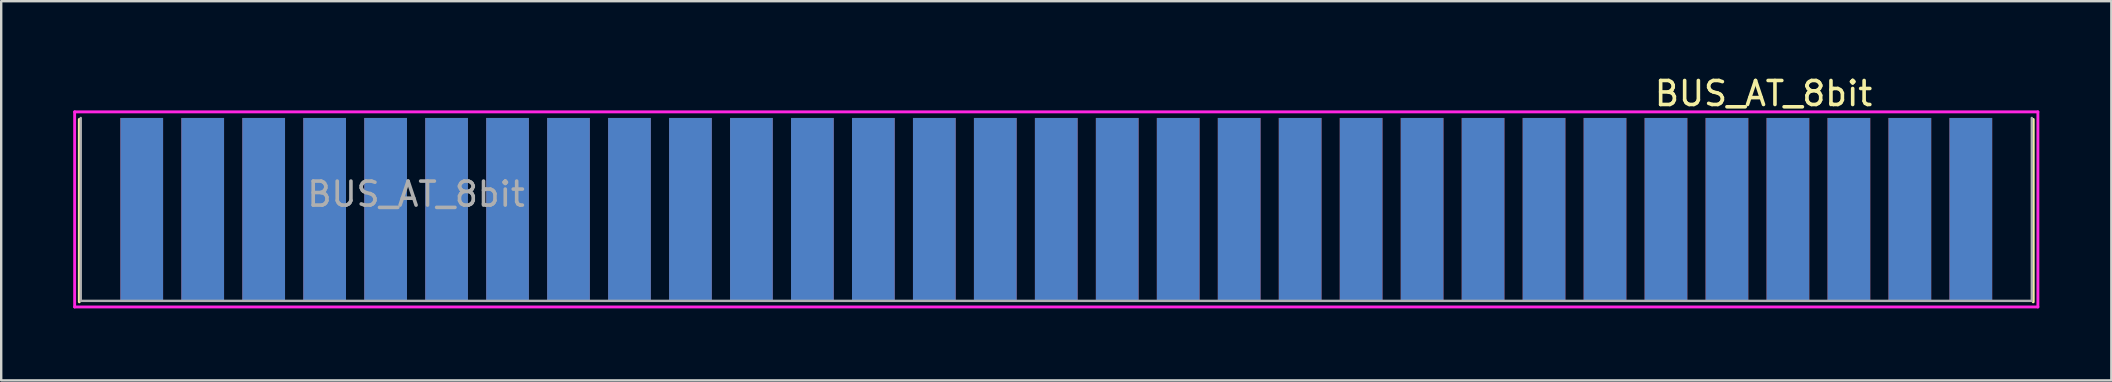
<source format=kicad_pcb>
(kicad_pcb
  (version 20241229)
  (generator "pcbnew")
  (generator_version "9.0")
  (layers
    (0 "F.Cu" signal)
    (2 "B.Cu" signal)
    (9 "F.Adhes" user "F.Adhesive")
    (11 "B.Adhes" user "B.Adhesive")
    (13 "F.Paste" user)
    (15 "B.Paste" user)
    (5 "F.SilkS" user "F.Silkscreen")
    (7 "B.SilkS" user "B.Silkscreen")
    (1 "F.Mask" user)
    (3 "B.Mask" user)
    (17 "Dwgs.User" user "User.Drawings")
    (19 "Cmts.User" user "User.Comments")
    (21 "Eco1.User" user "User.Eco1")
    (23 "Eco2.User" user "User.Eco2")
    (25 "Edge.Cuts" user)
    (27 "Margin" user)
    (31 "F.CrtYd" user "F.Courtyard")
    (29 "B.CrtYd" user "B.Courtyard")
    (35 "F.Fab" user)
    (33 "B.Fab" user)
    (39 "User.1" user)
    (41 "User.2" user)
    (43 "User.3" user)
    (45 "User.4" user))
  (footprint "BUS_AT_8bit"
    (layer "F.Cu")
    (at 79.054 5.674)
    (property "Reference" "BUS_AT_8bit" (at -8.636 -4.826 0) (layer "F.SilkS") (effects (font (size 1 1) (thickness 0.15))))
    (attr exclude_from_pos_files exclude_from_bom)
    (fp_line (start -78.8 -3.75) (end -78.8 3.85) (stroke (width 0.12) (type solid)) (layer "F.SilkS"))
    (fp_line (start 2.6 -3.75) (end 2.6 3.85) (stroke (width 0.12) (type solid)) (layer "F.SilkS"))
    (fp_line (start -78.994 -4.064) (end 2.794 -4.064) (stroke (width 0.12) (type solid)) (layer "F.CrtYd"))
    (fp_line (start -78.994 4.064) (end -78.994 -4.064) (stroke (width 0.12) (type solid)) (layer "F.CrtYd"))
    (fp_line (start 2.794 -4.064) (end 2.794 4.064) (stroke (width 0.12) (type solid)) (layer "F.CrtYd"))
    (fp_line (start 2.794 4.064) (end -78.994 4.064) (stroke (width 0.12) (type solid)) (layer "F.CrtYd"))
    (fp_line (start -78.74 3.81) (end -78.74 -3.81) (stroke (width 0.1) (type solid)) (layer "F.Fab"))
    (fp_line (start 2.54 3.81) (end -78.74 3.81) (stroke (width 0.1) (type solid)) (layer "F.Fab"))
    (fp_line (start 2.54 3.81) (end 2.54 -3.81) (stroke (width 0.1) (type solid)) (layer "F.Fab"))
    (fp_text user "${REFERENCE}" (at -64.77 -0.635 0) (layer "F.Fab") (effects (font (size 1 1) (thickness 0.15))))
    (pad "1" connect rect (at 0 0) (size 1.78 7.62) (layers "B.Cu" "B.Mask"))
    (pad "2" connect rect (at -2.54 0) (size 1.78 7.62) (layers "B.Cu" "B.Mask"))
    (pad "3" connect rect (at -5.08 0) (size 1.78 7.62) (layers "B.Cu" "B.Mask"))
    (pad "4" connect rect (at -7.62 0) (size 1.78 7.62) (layers "B.Cu" "B.Mask"))
    (pad "5" connect rect (at -10.16 0) (size 1.78 7.62) (layers "B.Cu" "B.Mask"))
    (pad "6" connect rect (at -12.7 0) (size 1.78 7.62) (layers "B.Cu" "B.Mask"))
    (pad "7" connect rect (at -15.24 0) (size 1.78 7.62) (layers "B.Cu" "B.Mask"))
    (pad "8" connect rect (at -17.78 0) (size 1.78 7.62) (layers "B.Cu" "B.Mask"))
    (pad "9" connect rect (at -20.32 0) (size 1.78 7.62) (layers "B.Cu" "B.Mask"))
    (pad "10" connect rect (at -22.86 0) (size 1.78 7.62) (layers "B.Cu" "B.Mask"))
    (pad "11" connect rect (at -25.4 0) (size 1.78 7.62) (layers "B.Cu" "B.Mask"))
    (pad "12" connect rect (at -27.94 0) (size 1.78 7.62) (layers "B.Cu" "B.Mask"))
    (pad "13" connect rect (at -30.48 0) (size 1.78 7.62) (layers "B.Cu" "B.Mask"))
    (pad "14" connect rect (at -33.02 0) (size 1.78 7.62) (layers "B.Cu" "B.Mask"))
    (pad "15" connect rect (at -35.56 0) (size 1.78 7.62) (layers "B.Cu" "B.Mask"))
    (pad "16" connect rect (at -38.1 0) (size 1.78 7.62) (layers "B.Cu" "B.Mask"))
    (pad "17" connect rect (at -40.64 0) (size 1.78 7.62) (layers "B.Cu" "B.Mask"))
    (pad "18" connect rect (at -43.18 0) (size 1.78 7.62) (layers "B.Cu" "B.Mask"))
    (pad "19" connect rect (at -45.72 0) (size 1.78 7.62) (layers "B.Cu" "B.Mask"))
    (pad "20" connect rect (at -48.26 0) (size 1.78 7.62) (layers "B.Cu" "B.Mask"))
    (pad "21" connect rect (at -50.8 0) (size 1.78 7.62) (layers "B.Cu" "B.Mask"))
    (pad "22" connect rect (at -53.34 0) (size 1.78 7.62) (layers "B.Cu" "B.Mask"))
    (pad "23" connect rect (at -55.88 0) (size 1.78 7.62) (layers "B.Cu" "B.Mask"))
    (pad "24" connect rect (at -58.42 0) (size 1.78 7.62) (layers "B.Cu" "B.Mask"))
    (pad "25" connect rect (at -60.96 0) (size 1.78 7.62) (layers "B.Cu" "B.Mask"))
    (pad "26" connect rect (at -63.5 0) (size 1.78 7.62) (layers "B.Cu" "B.Mask"))
    (pad "27" connect rect (at -66.04 0) (size 1.78 7.62) (layers "B.Cu" "B.Mask"))
    (pad "28" connect rect (at -68.58 0) (size 1.78 7.62) (layers "B.Cu" "B.Mask"))
    (pad "29" connect rect (at -71.12 0) (size 1.78 7.62) (layers "B.Cu" "B.Mask"))
    (pad "30" connect rect (at -73.66 0) (size 1.78 7.62) (layers "B.Cu" "B.Mask"))
    (pad "31" connect rect (at -76.2 0) (size 1.78 7.62) (layers "B.Cu" "B.Mask"))
    (pad "32" connect rect (at 0 0) (size 1.78 7.62) (layers "F.Cu" "F.Mask"))
    (pad "33" connect rect (at -2.54 0) (size 1.78 7.62) (layers "F.Cu" "F.Mask"))
    (pad "34" connect rect (at -5.08 0) (size 1.78 7.62) (layers "F.Cu" "F.Mask"))
    (pad "35" connect rect (at -7.62 0) (size 1.78 7.62) (layers "F.Cu" "F.Mask"))
    (pad "36" connect rect (at -10.16 0) (size 1.78 7.62) (layers "F.Cu" "F.Mask"))
    (pad "37" connect rect (at -12.7 0) (size 1.78 7.62) (layers "F.Cu" "F.Mask"))
    (pad "38" connect rect (at -15.24 0) (size 1.78 7.62) (layers "F.Cu" "F.Mask"))
    (pad "39" connect rect (at -17.78 0) (size 1.78 7.62) (layers "F.Cu" "F.Mask"))
    (pad "40" connect rect (at -20.32 0) (size 1.78 7.62) (layers "F.Cu" "F.Mask"))
    (pad "41" connect rect (at -22.86 0) (size 1.78 7.62) (layers "F.Cu" "F.Mask"))
    (pad "42" connect rect (at -25.4 0) (size 1.78 7.62) (layers "F.Cu" "F.Mask"))
    (pad "43" connect rect (at -27.94 0) (size 1.78 7.62) (layers "F.Cu" "F.Mask"))
    (pad "44" connect rect (at -30.48 0) (size 1.78 7.62) (layers "F.Cu" "F.Mask"))
    (pad "45" connect rect (at -33.02 0) (size 1.78 7.62) (layers "F.Cu" "F.Mask"))
    (pad "46" connect rect (at -35.56 0) (size 1.78 7.62) (layers "F.Cu" "F.Mask"))
    (pad "47" connect rect (at -38.1 0) (size 1.78 7.62) (layers "F.Cu" "F.Mask"))
    (pad "48" connect rect (at -40.64 0) (size 1.78 7.62) (layers "F.Cu" "F.Mask"))
    (pad "49" connect rect (at -43.18 0) (size 1.78 7.62) (layers "F.Cu" "F.Mask"))
    (pad "50" connect rect (at -45.72 0) (size 1.78 7.62) (layers "F.Cu" "F.Mask"))
    (pad "51" connect rect (at -48.26 0) (size 1.78 7.62) (layers "F.Cu" "F.Mask"))
    (pad "52" connect rect (at -50.8 0) (size 1.78 7.62) (layers "F.Cu" "F.Mask"))
    (pad "53" connect rect (at -53.34 0) (size 1.78 7.62) (layers "F.Cu" "F.Mask"))
    (pad "54" connect rect (at -55.88 0) (size 1.78 7.62) (layers "F.Cu" "F.Mask"))
    (pad "55" connect rect (at -58.42 0) (size 1.78 7.62) (layers "F.Cu" "F.Mask"))
    (pad "56" connect rect (at -60.96 0) (size 1.78 7.62) (layers "F.Cu" "F.Mask"))
    (pad "57" connect rect (at -63.5 0) (size 1.78 7.62) (layers "F.Cu" "F.Mask"))
    (pad "58" connect rect (at -66.04 0) (size 1.78 7.62) (layers "F.Cu" "F.Mask"))
    (pad "59" connect rect (at -68.58 0) (size 1.78 7.62) (layers "F.Cu" "F.Mask"))
    (pad "60" connect rect (at -71.12 0) (size 1.78 7.62) (layers "F.Cu" "F.Mask"))
    (pad "61" connect rect (at -73.66 0) (size 1.78 7.62) (layers "F.Cu" "F.Mask"))
    (pad "62" connect rect (at -76.2 0) (size 1.78 7.62) (layers "F.Cu" "F.Mask")))
  (gr_rect
    (start -3 -3)
    (end 84.908 12.798)
    (stroke (width 0.1) (type default))
    (fill no)
    (layer "Edge.Cuts")))
</source>
